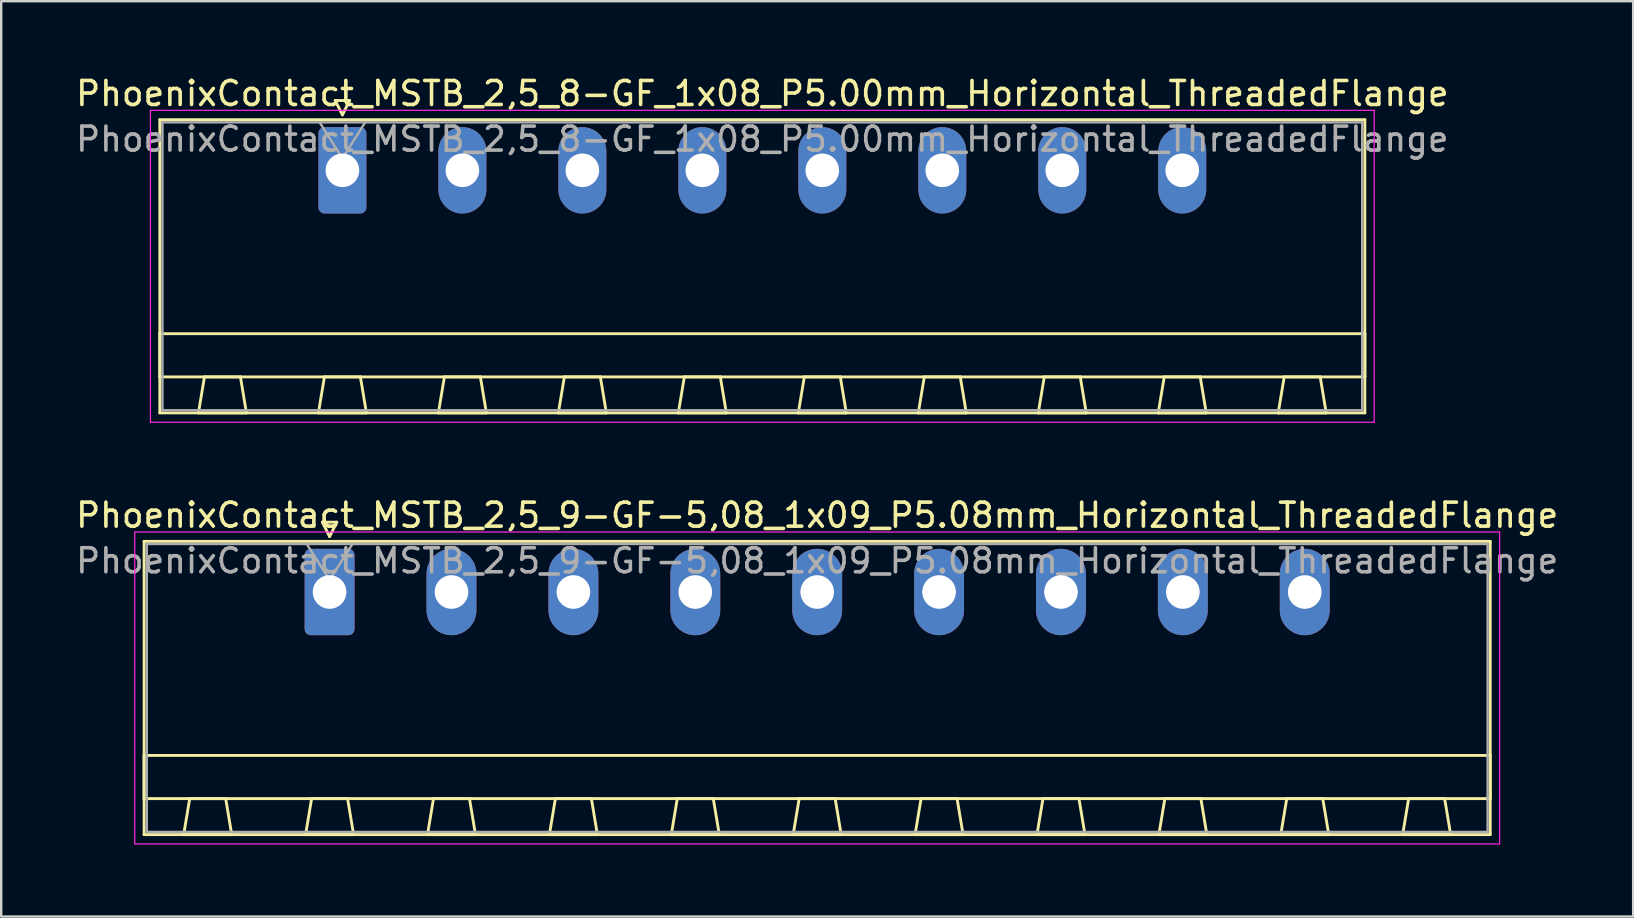
<source format=kicad_pcb>
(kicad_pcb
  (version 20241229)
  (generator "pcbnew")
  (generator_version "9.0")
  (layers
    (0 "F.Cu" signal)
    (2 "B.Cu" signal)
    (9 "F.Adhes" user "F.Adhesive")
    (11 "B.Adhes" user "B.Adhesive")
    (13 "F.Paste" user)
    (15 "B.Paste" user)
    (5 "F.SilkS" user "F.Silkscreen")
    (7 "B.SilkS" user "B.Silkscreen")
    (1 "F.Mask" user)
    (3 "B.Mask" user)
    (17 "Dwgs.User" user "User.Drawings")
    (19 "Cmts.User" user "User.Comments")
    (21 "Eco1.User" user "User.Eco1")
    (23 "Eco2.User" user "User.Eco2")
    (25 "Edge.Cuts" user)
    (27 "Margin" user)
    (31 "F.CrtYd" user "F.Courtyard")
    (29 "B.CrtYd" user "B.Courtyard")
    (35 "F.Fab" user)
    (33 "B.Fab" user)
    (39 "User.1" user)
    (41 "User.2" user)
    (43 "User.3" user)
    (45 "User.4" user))
  (footprint "PhoenixContact_MSTB_2,5_9-GF-5,08_1x09_P5.08mm_Horizontal_ThreadedFlange"
    (layer "F.Cu")
    (at 10.686 21.622)
    (property "Reference" "PhoenixContact_MSTB_2,5_9-GF-5,08_1x09_P5.08mm_Horizontal_ThreadedFlange" (at 20.32 -3.2 0) (layer "F.SilkS") (effects (font (size 1 1) (thickness 0.15))))
    (attr through_hole)
    (fp_line (start -7.73 -2.11) (end -7.73 10.11) (stroke (width 0.12) (type solid)) (layer "F.SilkS"))
    (fp_line (start -7.73 6.81) (end 48.37 6.81) (stroke (width 0.12) (type solid)) (layer "F.SilkS"))
    (fp_line (start -7.73 8.61) (end -7.73 6.81) (stroke (width 0.12) (type solid)) (layer "F.SilkS"))
    (fp_line (start -7.73 10.11) (end 48.37 10.11) (stroke (width 0.12) (type solid)) (layer "F.SilkS"))
    (fp_line (start -6.08 10.11) (end -4.08 10.11) (stroke (width 0.12) (type solid)) (layer "F.SilkS"))
    (fp_line (start -5.83 8.61) (end -6.08 10.11) (stroke (width 0.12) (type solid)) (layer "F.SilkS"))
    (fp_line (start -4.33 8.61) (end -5.83 8.61) (stroke (width 0.12) (type solid)) (layer "F.SilkS"))
    (fp_line (start -4.08 10.11) (end -4.33 8.61) (stroke (width 0.12) (type solid)) (layer "F.SilkS"))
    (fp_line (start -1 10.11) (end 1 10.11) (stroke (width 0.12) (type solid)) (layer "F.SilkS"))
    (fp_line (start -0.75 8.61) (end -1 10.11) (stroke (width 0.12) (type solid)) (layer "F.SilkS"))
    (fp_line (start -0.3 -2.91) (end 0.3 -2.91) (stroke (width 0.12) (type solid)) (layer "F.SilkS"))
    (fp_line (start 0 -2.31) (end -0.3 -2.91) (stroke (width 0.12) (type solid)) (layer "F.SilkS"))
    (fp_line (start 0.3 -2.91) (end 0 -2.31) (stroke (width 0.12) (type solid)) (layer "F.SilkS"))
    (fp_line (start 0.75 8.61) (end -0.75 8.61) (stroke (width 0.12) (type solid)) (layer "F.SilkS"))
    (fp_line (start 1 10.11) (end 0.75 8.61) (stroke (width 0.12) (type solid)) (layer "F.SilkS"))
    (fp_line (start 4.08 10.11) (end 6.08 10.11) (stroke (width 0.12) (type solid)) (layer "F.SilkS"))
    (fp_line (start 4.33 8.61) (end 4.08 10.11) (stroke (width 0.12) (type solid)) (layer "F.SilkS"))
    (fp_line (start 5.83 8.61) (end 4.33 8.61) (stroke (width 0.12) (type solid)) (layer "F.SilkS"))
    (fp_line (start 6.08 10.11) (end 5.83 8.61) (stroke (width 0.12) (type solid)) (layer "F.SilkS"))
    (fp_line (start 9.16 10.11) (end 11.16 10.11) (stroke (width 0.12) (type solid)) (layer "F.SilkS"))
    (fp_line (start 9.41 8.61) (end 9.16 10.11) (stroke (width 0.12) (type solid)) (layer "F.SilkS"))
    (fp_line (start 10.91 8.61) (end 9.41 8.61) (stroke (width 0.12) (type solid)) (layer "F.SilkS"))
    (fp_line (start 11.16 10.11) (end 10.91 8.61) (stroke (width 0.12) (type solid)) (layer "F.SilkS"))
    (fp_line (start 14.24 10.11) (end 16.24 10.11) (stroke (width 0.12) (type solid)) (layer "F.SilkS"))
    (fp_line (start 14.49 8.61) (end 14.24 10.11) (stroke (width 0.12) (type solid)) (layer "F.SilkS"))
    (fp_line (start 15.99 8.61) (end 14.49 8.61) (stroke (width 0.12) (type solid)) (layer "F.SilkS"))
    (fp_line (start 16.24 10.11) (end 15.99 8.61) (stroke (width 0.12) (type solid)) (layer "F.SilkS"))
    (fp_line (start 19.32 10.11) (end 21.32 10.11) (stroke (width 0.12) (type solid)) (layer "F.SilkS"))
    (fp_line (start 19.57 8.61) (end 19.32 10.11) (stroke (width 0.12) (type solid)) (layer "F.SilkS"))
    (fp_line (start 21.07 8.61) (end 19.57 8.61) (stroke (width 0.12) (type solid)) (layer "F.SilkS"))
    (fp_line (start 21.32 10.11) (end 21.07 8.61) (stroke (width 0.12) (type solid)) (layer "F.SilkS"))
    (fp_line (start 24.4 10.11) (end 26.4 10.11) (stroke (width 0.12) (type solid)) (layer "F.SilkS"))
    (fp_line (start 24.65 8.61) (end 24.4 10.11) (stroke (width 0.12) (type solid)) (layer "F.SilkS"))
    (fp_line (start 26.15 8.61) (end 24.65 8.61) (stroke (width 0.12) (type solid)) (layer "F.SilkS"))
    (fp_line (start 26.4 10.11) (end 26.15 8.61) (stroke (width 0.12) (type solid)) (layer "F.SilkS"))
    (fp_line (start 29.48 10.11) (end 31.48 10.11) (stroke (width 0.12) (type solid)) (layer "F.SilkS"))
    (fp_line (start 29.73 8.61) (end 29.48 10.11) (stroke (width 0.12) (type solid)) (layer "F.SilkS"))
    (fp_line (start 31.23 8.61) (end 29.73 8.61) (stroke (width 0.12) (type solid)) (layer "F.SilkS"))
    (fp_line (start 31.48 10.11) (end 31.23 8.61) (stroke (width 0.12) (type solid)) (layer "F.SilkS"))
    (fp_line (start 34.56 10.11) (end 36.56 10.11) (stroke (width 0.12) (type solid)) (layer "F.SilkS"))
    (fp_line (start 34.81 8.61) (end 34.56 10.11) (stroke (width 0.12) (type solid)) (layer "F.SilkS"))
    (fp_line (start 36.31 8.61) (end 34.81 8.61) (stroke (width 0.12) (type solid)) (layer "F.SilkS"))
    (fp_line (start 36.56 10.11) (end 36.31 8.61) (stroke (width 0.12) (type solid)) (layer "F.SilkS"))
    (fp_line (start 39.64 10.11) (end 41.64 10.11) (stroke (width 0.12) (type solid)) (layer "F.SilkS"))
    (fp_line (start 39.89 8.61) (end 39.64 10.11) (stroke (width 0.12) (type solid)) (layer "F.SilkS"))
    (fp_line (start 41.39 8.61) (end 39.89 8.61) (stroke (width 0.12) (type solid)) (layer "F.SilkS"))
    (fp_line (start 41.64 10.11) (end 41.39 8.61) (stroke (width 0.12) (type solid)) (layer "F.SilkS"))
    (fp_line (start 44.72 10.11) (end 46.72 10.11) (stroke (width 0.12) (type solid)) (layer "F.SilkS"))
    (fp_line (start 44.97 8.61) (end 44.72 10.11) (stroke (width 0.12) (type solid)) (layer "F.SilkS"))
    (fp_line (start 46.47 8.61) (end 44.97 8.61) (stroke (width 0.12) (type solid)) (layer "F.SilkS"))
    (fp_line (start 46.72 10.11) (end 46.47 8.61) (stroke (width 0.12) (type solid)) (layer "F.SilkS"))
    (fp_line (start 48.37 -2.11) (end -7.73 -2.11) (stroke (width 0.12) (type solid)) (layer "F.SilkS"))
    (fp_line (start 48.37 6.81) (end 48.37 8.61) (stroke (width 0.12) (type solid)) (layer "F.SilkS"))
    (fp_line (start 48.37 8.61) (end -7.73 8.61) (stroke (width 0.12) (type solid)) (layer "F.SilkS"))
    (fp_line (start 48.37 10.11) (end 48.37 -2.11) (stroke (width 0.12) (type solid)) (layer "F.SilkS"))
    (fp_line (start -8.12 -2.5) (end -8.12 10.5) (stroke (width 0.05) (type solid)) (layer "F.CrtYd"))
    (fp_line (start -8.12 10.5) (end 48.76 10.5) (stroke (width 0.05) (type solid)) (layer "F.CrtYd"))
    (fp_line (start 48.76 -2.5) (end -8.12 -2.5) (stroke (width 0.05) (type solid)) (layer "F.CrtYd"))
    (fp_line (start 48.76 10.5) (end 48.76 -2.5) (stroke (width 0.05) (type solid)) (layer "F.CrtYd"))
    (fp_line (start -7.62 -2) (end -7.62 10) (stroke (width 0.1) (type solid)) (layer "F.Fab"))
    (fp_line (start -7.62 10) (end 48.26 10) (stroke (width 0.1) (type solid)) (layer "F.Fab"))
    (fp_line (start 0 -0.5) (end -0.95 -2) (stroke (width 0.1) (type solid)) (layer "F.Fab"))
    (fp_line (start 0.95 -2) (end 0 -0.5) (stroke (width 0.1) (type solid)) (layer "F.Fab"))
    (fp_line (start 48.26 -2) (end -7.62 -2) (stroke (width 0.1) (type solid)) (layer "F.Fab"))
    (fp_line (start 48.26 10) (end 48.26 -2) (stroke (width 0.1) (type solid)) (layer "F.Fab"))
    (fp_text user "${REFERENCE}" (at 20.32 -1.3 0) (layer "F.Fab") (effects (font (size 1 1) (thickness 0.15))))
    (pad "1" thru_hole roundrect (at 0 0) (size 2.08 3.6) (drill 1.4) (layers "*.Cu" "*.Mask") (roundrect_rratio 0.12))
    (pad "2" thru_hole oval (at 5.08 0) (size 2.08 3.6) (drill 1.4) (layers "*.Cu" "*.Mask"))
    (pad "3" thru_hole oval (at 10.16 0) (size 2.08 3.6) (drill 1.4) (layers "*.Cu" "*.Mask"))
    (pad "4" thru_hole oval (at 15.24 0) (size 2.08 3.6) (drill 1.4) (layers "*.Cu" "*.Mask"))
    (pad "5" thru_hole oval (at 20.32 0) (size 2.08 3.6) (drill 1.4) (layers "*.Cu" "*.Mask"))
    (pad "6" thru_hole oval (at 25.4 0) (size 2.08 3.6) (drill 1.4) (layers "*.Cu" "*.Mask"))
    (pad "7" thru_hole oval (at 30.48 0) (size 2.08 3.6) (drill 1.4) (layers "*.Cu" "*.Mask"))
    (pad "8" thru_hole oval (at 35.56 0) (size 2.08 3.6) (drill 1.4) (layers "*.Cu" "*.Mask"))
    (pad "9" thru_hole oval (at 40.64 0) (size 2.08 3.6) (drill 1.4) (layers "*.Cu" "*.Mask")))
  (footprint "PhoenixContact_MSTB_2,5_8-GF_1x08_P5.00mm_Horizontal_ThreadedFlange"
    (layer "F.Cu")
    (at 11.22 4.048)
    (property "Reference" "PhoenixContact_MSTB_2,5_8-GF_1x08_P5.00mm_Horizontal_ThreadedFlange" (at 17.5 -3.2 0) (layer "F.SilkS") (effects (font (size 1 1) (thickness 0.15))))
    (attr through_hole)
    (fp_line (start -7.61 -2.11) (end -7.61 10.11) (stroke (width 0.12) (type solid)) (layer "F.SilkS"))
    (fp_line (start -7.61 6.81) (end 42.61 6.81) (stroke (width 0.12) (type solid)) (layer "F.SilkS"))
    (fp_line (start -7.61 8.61) (end -7.61 6.81) (stroke (width 0.12) (type solid)) (layer "F.SilkS"))
    (fp_line (start -7.61 10.11) (end 42.61 10.11) (stroke (width 0.12) (type solid)) (layer "F.SilkS"))
    (fp_line (start -6 10.11) (end -4 10.11) (stroke (width 0.12) (type solid)) (layer "F.SilkS"))
    (fp_line (start -5.75 8.61) (end -6 10.11) (stroke (width 0.12) (type solid)) (layer "F.SilkS"))
    (fp_line (start -4.25 8.61) (end -5.75 8.61) (stroke (width 0.12) (type solid)) (layer "F.SilkS"))
    (fp_line (start -4 10.11) (end -4.25 8.61) (stroke (width 0.12) (type solid)) (layer "F.SilkS"))
    (fp_line (start -1 10.11) (end 1 10.11) (stroke (width 0.12) (type solid)) (layer "F.SilkS"))
    (fp_line (start -0.75 8.61) (end -1 10.11) (stroke (width 0.12) (type solid)) (layer "F.SilkS"))
    (fp_line (start -0.3 -2.91) (end 0.3 -2.91) (stroke (width 0.12) (type solid)) (layer "F.SilkS"))
    (fp_line (start 0 -2.31) (end -0.3 -2.91) (stroke (width 0.12) (type solid)) (layer "F.SilkS"))
    (fp_line (start 0.3 -2.91) (end 0 -2.31) (stroke (width 0.12) (type solid)) (layer "F.SilkS"))
    (fp_line (start 0.75 8.61) (end -0.75 8.61) (stroke (width 0.12) (type solid)) (layer "F.SilkS"))
    (fp_line (start 1 10.11) (end 0.75 8.61) (stroke (width 0.12) (type solid)) (layer "F.SilkS"))
    (fp_line (start 4 10.11) (end 6 10.11) (stroke (width 0.12) (type solid)) (layer "F.SilkS"))
    (fp_line (start 4.25 8.61) (end 4 10.11) (stroke (width 0.12) (type solid)) (layer "F.SilkS"))
    (fp_line (start 5.75 8.61) (end 4.25 8.61) (stroke (width 0.12) (type solid)) (layer "F.SilkS"))
    (fp_line (start 6 10.11) (end 5.75 8.61) (stroke (width 0.12) (type solid)) (layer "F.SilkS"))
    (fp_line (start 9 10.11) (end 11 10.11) (stroke (width 0.12) (type solid)) (layer "F.SilkS"))
    (fp_line (start 9.25 8.61) (end 9 10.11) (stroke (width 0.12) (type solid)) (layer "F.SilkS"))
    (fp_line (start 10.75 8.61) (end 9.25 8.61) (stroke (width 0.12) (type solid)) (layer "F.SilkS"))
    (fp_line (start 11 10.11) (end 10.75 8.61) (stroke (width 0.12) (type solid)) (layer "F.SilkS"))
    (fp_line (start 14 10.11) (end 16 10.11) (stroke (width 0.12) (type solid)) (layer "F.SilkS"))
    (fp_line (start 14.25 8.61) (end 14 10.11) (stroke (width 0.12) (type solid)) (layer "F.SilkS"))
    (fp_line (start 15.75 8.61) (end 14.25 8.61) (stroke (width 0.12) (type solid)) (layer "F.SilkS"))
    (fp_line (start 16 10.11) (end 15.75 8.61) (stroke (width 0.12) (type solid)) (layer "F.SilkS"))
    (fp_line (start 19 10.11) (end 21 10.11) (stroke (width 0.12) (type solid)) (layer "F.SilkS"))
    (fp_line (start 19.25 8.61) (end 19 10.11) (stroke (width 0.12) (type solid)) (layer "F.SilkS"))
    (fp_line (start 20.75 8.61) (end 19.25 8.61) (stroke (width 0.12) (type solid)) (layer "F.SilkS"))
    (fp_line (start 21 10.11) (end 20.75 8.61) (stroke (width 0.12) (type solid)) (layer "F.SilkS"))
    (fp_line (start 24 10.11) (end 26 10.11) (stroke (width 0.12) (type solid)) (layer "F.SilkS"))
    (fp_line (start 24.25 8.61) (end 24 10.11) (stroke (width 0.12) (type solid)) (layer "F.SilkS"))
    (fp_line (start 25.75 8.61) (end 24.25 8.61) (stroke (width 0.12) (type solid)) (layer "F.SilkS"))
    (fp_line (start 26 10.11) (end 25.75 8.61) (stroke (width 0.12) (type solid)) (layer "F.SilkS"))
    (fp_line (start 29 10.11) (end 31 10.11) (stroke (width 0.12) (type solid)) (layer "F.SilkS"))
    (fp_line (start 29.25 8.61) (end 29 10.11) (stroke (width 0.12) (type solid)) (layer "F.SilkS"))
    (fp_line (start 30.75 8.61) (end 29.25 8.61) (stroke (width 0.12) (type solid)) (layer "F.SilkS"))
    (fp_line (start 31 10.11) (end 30.75 8.61) (stroke (width 0.12) (type solid)) (layer "F.SilkS"))
    (fp_line (start 34 10.11) (end 36 10.11) (stroke (width 0.12) (type solid)) (layer "F.SilkS"))
    (fp_line (start 34.25 8.61) (end 34 10.11) (stroke (width 0.12) (type solid)) (layer "F.SilkS"))
    (fp_line (start 35.75 8.61) (end 34.25 8.61) (stroke (width 0.12) (type solid)) (layer "F.SilkS"))
    (fp_line (start 36 10.11) (end 35.75 8.61) (stroke (width 0.12) (type solid)) (layer "F.SilkS"))
    (fp_line (start 39 10.11) (end 41 10.11) (stroke (width 0.12) (type solid)) (layer "F.SilkS"))
    (fp_line (start 39.25 8.61) (end 39 10.11) (stroke (width 0.12) (type solid)) (layer "F.SilkS"))
    (fp_line (start 40.75 8.61) (end 39.25 8.61) (stroke (width 0.12) (type solid)) (layer "F.SilkS"))
    (fp_line (start 41 10.11) (end 40.75 8.61) (stroke (width 0.12) (type solid)) (layer "F.SilkS"))
    (fp_line (start 42.61 -2.11) (end -7.61 -2.11) (stroke (width 0.12) (type solid)) (layer "F.SilkS"))
    (fp_line (start 42.61 6.81) (end 42.61 8.61) (stroke (width 0.12) (type solid)) (layer "F.SilkS"))
    (fp_line (start 42.61 8.61) (end -7.61 8.61) (stroke (width 0.12) (type solid)) (layer "F.SilkS"))
    (fp_line (start 42.61 10.11) (end 42.61 -2.11) (stroke (width 0.12) (type solid)) (layer "F.SilkS"))
    (fp_line (start -8 -2.5) (end -8 10.5) (stroke (width 0.05) (type solid)) (layer "F.CrtYd"))
    (fp_line (start -8 10.5) (end 43 10.5) (stroke (width 0.05) (type solid)) (layer "F.CrtYd"))
    (fp_line (start 43 -2.5) (end -8 -2.5) (stroke (width 0.05) (type solid)) (layer "F.CrtYd"))
    (fp_line (start 43 10.5) (end 43 -2.5) (stroke (width 0.05) (type solid)) (layer "F.CrtYd"))
    (fp_line (start -7.5 -2) (end -7.5 10) (stroke (width 0.1) (type solid)) (layer "F.Fab"))
    (fp_line (start -7.5 10) (end 42.5 10) (stroke (width 0.1) (type solid)) (layer "F.Fab"))
    (fp_line (start 0 -0.5) (end -0.95 -2) (stroke (width 0.1) (type solid)) (layer "F.Fab"))
    (fp_line (start 0.95 -2) (end 0 -0.5) (stroke (width 0.1) (type solid)) (layer "F.Fab"))
    (fp_line (start 42.5 -2) (end -7.5 -2) (stroke (width 0.1) (type solid)) (layer "F.Fab"))
    (fp_line (start 42.5 10) (end 42.5 -2) (stroke (width 0.1) (type solid)) (layer "F.Fab"))
    (fp_text user "${REFERENCE}" (at 17.5 -1.3 0) (layer "F.Fab") (effects (font (size 1 1) (thickness 0.15))))
    (pad "1" thru_hole roundrect (at 0 0) (size 2 3.6) (drill 1.4) (layers "*.Cu" "*.Mask") (roundrect_rratio 0.125))
    (pad "2" thru_hole oval (at 5 0) (size 2 3.6) (drill 1.4) (layers "*.Cu" "*.Mask"))
    (pad "3" thru_hole oval (at 10 0) (size 2 3.6) (drill 1.4) (layers "*.Cu" "*.Mask"))
    (pad "4" thru_hole oval (at 15 0) (size 2 3.6) (drill 1.4) (layers "*.Cu" "*.Mask"))
    (pad "5" thru_hole oval (at 20 0) (size 2 3.6) (drill 1.4) (layers "*.Cu" "*.Mask"))
    (pad "6" thru_hole oval (at 25 0) (size 2 3.6) (drill 1.4) (layers "*.Cu" "*.Mask"))
    (pad "7" thru_hole oval (at 30 0) (size 2 3.6) (drill 1.4) (layers "*.Cu" "*.Mask"))
    (pad "8" thru_hole oval (at 35 0) (size 2 3.6) (drill 1.4) (layers "*.Cu" "*.Mask")))
  (gr_rect
    (start -3 -3)
    (end 65.012 35.147)
    (stroke (width 0.1) (type default))
    (fill no)
    (layer "Edge.Cuts")))
</source>
